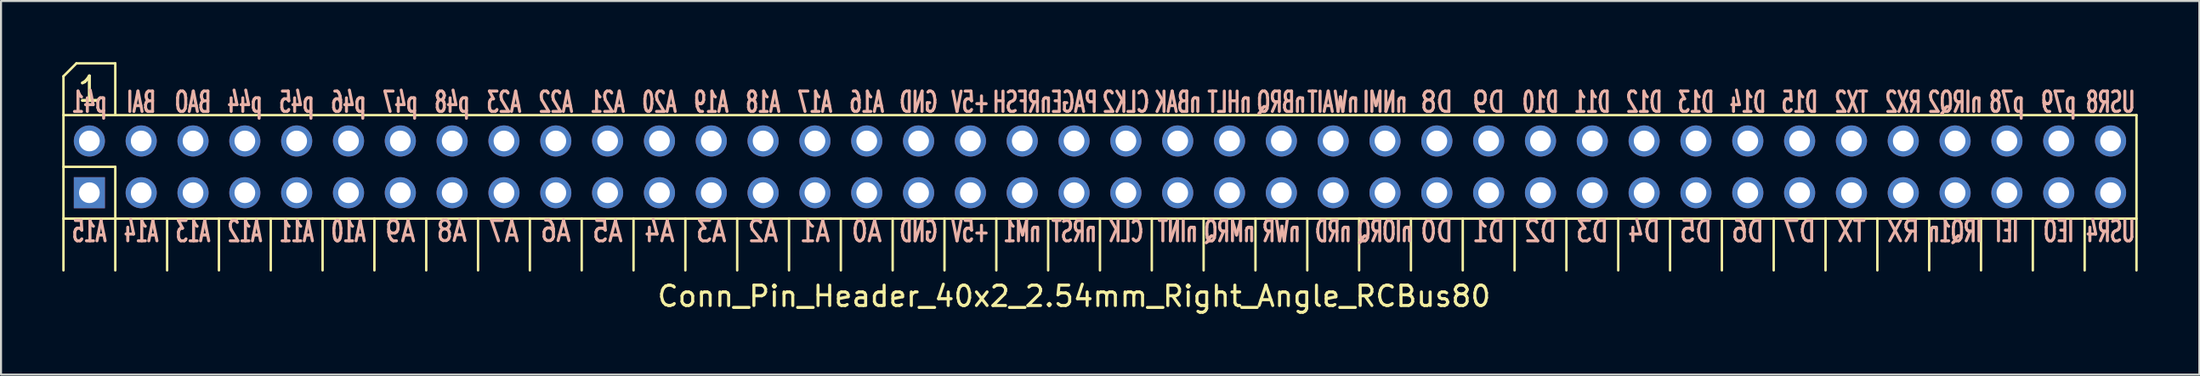
<source format=kicad_pcb>
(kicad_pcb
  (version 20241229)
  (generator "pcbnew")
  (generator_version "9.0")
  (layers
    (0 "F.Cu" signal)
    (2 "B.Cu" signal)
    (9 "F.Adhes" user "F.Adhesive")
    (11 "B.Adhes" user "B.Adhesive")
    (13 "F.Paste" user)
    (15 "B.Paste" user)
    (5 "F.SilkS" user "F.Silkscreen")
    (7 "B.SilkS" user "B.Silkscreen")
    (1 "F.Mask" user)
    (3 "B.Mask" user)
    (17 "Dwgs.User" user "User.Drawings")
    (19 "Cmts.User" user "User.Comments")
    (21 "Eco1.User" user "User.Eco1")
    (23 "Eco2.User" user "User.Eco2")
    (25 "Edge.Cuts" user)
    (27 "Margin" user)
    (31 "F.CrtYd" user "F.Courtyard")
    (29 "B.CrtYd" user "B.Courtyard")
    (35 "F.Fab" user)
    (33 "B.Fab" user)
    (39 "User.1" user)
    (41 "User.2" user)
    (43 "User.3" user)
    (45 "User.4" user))
  (footprint "Conn_Pin_Header_40x2_2.54mm_Right_Angle_RCBus80"
    (layer "F.Cu")
    (at 49.59 6.41)
    (property "Reference" "Conn_Pin_Header_40x2_2.54mm_Right_Angle_RCBus80" (at 0 5.08 0) (layer "F.SilkS") (effects (font (size 1 1) (thickness 0.15))))
    (attr through_hole)
    (fp_line (start -49.53 -5.715) (end -49.53 3.81) (stroke (width 0.12) (type solid)) (layer "F.SilkS"))
    (fp_line (start -49.53 -5.715) (end -48.895 -6.35) (stroke (width 0.12) (type solid)) (layer "F.SilkS"))
    (fp_line (start -49.53 1.27) (end 52.07 1.27) (stroke (width 0.12) (type solid)) (layer "F.SilkS"))
    (fp_line (start -48.895 -6.35) (end -46.99 -6.35) (stroke (width 0.12) (type solid)) (layer "F.SilkS"))
    (fp_line (start -46.99 -6.35) (end -46.99 -3.81) (stroke (width 0.12) (type solid)) (layer "F.SilkS"))
    (fp_line (start -46.99 -1.27) (end -49.53 -1.27) (stroke (width 0.12) (type solid)) (layer "F.SilkS"))
    (fp_line (start -46.99 -1.27) (end -46.99 3.81) (stroke (width 0.12) (type solid)) (layer "F.SilkS"))
    (fp_line (start -44.45 1.27) (end -44.45 3.81) (stroke (width 0.12) (type solid)) (layer "F.SilkS"))
    (fp_line (start -41.91 1.27) (end -41.91 3.81) (stroke (width 0.12) (type solid)) (layer "F.SilkS"))
    (fp_line (start -39.37 1.27) (end -39.37 3.81) (stroke (width 0.12) (type solid)) (layer "F.SilkS"))
    (fp_line (start -36.83 1.27) (end -36.83 3.81) (stroke (width 0.12) (type solid)) (layer "F.SilkS"))
    (fp_line (start -34.29 1.27) (end -34.29 3.81) (stroke (width 0.12) (type solid)) (layer "F.SilkS"))
    (fp_line (start -31.75 1.27) (end -31.75 3.81) (stroke (width 0.12) (type solid)) (layer "F.SilkS"))
    (fp_line (start -29.21 1.27) (end -29.21 3.81) (stroke (width 0.12) (type solid)) (layer "F.SilkS"))
    (fp_line (start -26.67 1.27) (end -26.67 3.81) (stroke (width 0.12) (type solid)) (layer "F.SilkS"))
    (fp_line (start -24.13 1.27) (end -24.13 3.81) (stroke (width 0.12) (type solid)) (layer "F.SilkS"))
    (fp_line (start -21.59 1.27) (end -21.59 3.81) (stroke (width 0.12) (type solid)) (layer "F.SilkS"))
    (fp_line (start -19.05 1.27) (end -19.05 3.81) (stroke (width 0.12) (type solid)) (layer "F.SilkS"))
    (fp_line (start -16.51 1.27) (end -16.51 3.81) (stroke (width 0.12) (type solid)) (layer "F.SilkS"))
    (fp_line (start -13.97 1.27) (end -13.97 3.81) (stroke (width 0.12) (type solid)) (layer "F.SilkS"))
    (fp_line (start -11.43 1.27) (end -11.43 3.81) (stroke (width 0.12) (type solid)) (layer "F.SilkS"))
    (fp_line (start -8.89 1.27) (end -8.89 3.81) (stroke (width 0.12) (type solid)) (layer "F.SilkS"))
    (fp_line (start -6.35 1.27) (end -6.35 3.81) (stroke (width 0.12) (type solid)) (layer "F.SilkS"))
    (fp_line (start -3.81 1.27) (end -3.81 3.81) (stroke (width 0.12) (type solid)) (layer "F.SilkS"))
    (fp_line (start -1.27 1.27) (end -1.27 3.81) (stroke (width 0.12) (type solid)) (layer "F.SilkS"))
    (fp_line (start 1.27 1.27) (end 1.27 3.81) (stroke (width 0.12) (type solid)) (layer "F.SilkS"))
    (fp_line (start 3.81 1.27) (end 3.81 3.81) (stroke (width 0.12) (type solid)) (layer "F.SilkS"))
    (fp_line (start 6.35 1.27) (end 6.35 3.81) (stroke (width 0.12) (type solid)) (layer "F.SilkS"))
    (fp_line (start 8.89 1.27) (end 8.89 3.81) (stroke (width 0.12) (type solid)) (layer "F.SilkS"))
    (fp_line (start 11.43 1.27) (end 11.43 3.81) (stroke (width 0.12) (type solid)) (layer "F.SilkS"))
    (fp_line (start 13.97 1.27) (end 13.97 3.81) (stroke (width 0.12) (type solid)) (layer "F.SilkS"))
    (fp_line (start 16.51 1.27) (end 16.51 3.81) (stroke (width 0.12) (type solid)) (layer "F.SilkS"))
    (fp_line (start 19.05 1.27) (end 19.05 3.81) (stroke (width 0.12) (type solid)) (layer "F.SilkS"))
    (fp_line (start 21.59 1.27) (end 21.59 3.81) (stroke (width 0.12) (type solid)) (layer "F.SilkS"))
    (fp_line (start 24.13 1.27) (end 24.13 3.81) (stroke (width 0.12) (type solid)) (layer "F.SilkS"))
    (fp_line (start 26.67 1.27) (end 26.67 3.81) (stroke (width 0.12) (type solid)) (layer "F.SilkS"))
    (fp_line (start 29.21 1.27) (end 29.21 3.81) (stroke (width 0.12) (type solid)) (layer "F.SilkS"))
    (fp_line (start 31.75 1.27) (end 31.75 3.81) (stroke (width 0.12) (type solid)) (layer "F.SilkS"))
    (fp_line (start 34.29 1.27) (end 34.29 3.81) (stroke (width 0.12) (type solid)) (layer "F.SilkS"))
    (fp_line (start 36.83 1.27) (end 36.83 3.81) (stroke (width 0.12) (type solid)) (layer "F.SilkS"))
    (fp_line (start 39.37 1.27) (end 39.37 3.81) (stroke (width 0.12) (type solid)) (layer "F.SilkS"))
    (fp_line (start 41.91 1.27) (end 41.91 3.81) (stroke (width 0.12) (type solid)) (layer "F.SilkS"))
    (fp_line (start 44.45 1.27) (end 44.45 3.81) (stroke (width 0.12) (type solid)) (layer "F.SilkS"))
    (fp_line (start 46.99 1.27) (end 46.99 3.81) (stroke (width 0.12) (type solid)) (layer "F.SilkS"))
    (fp_line (start 49.53 1.27) (end 49.53 3.81) (stroke (width 0.12) (type solid)) (layer "F.SilkS"))
    (fp_line (start 52.07 -3.81) (end -49.53 -3.81) (stroke (width 0.12) (type solid)) (layer "F.SilkS"))
    (fp_line (start 52.07 -3.81) (end 52.07 3.81) (stroke (width 0.12) (type solid)) (layer "F.SilkS"))
    (fp_text user "1" (at -48.26 -5.08 0) (unlocked yes) (layer "F.SilkS") (effects (font (size 1.2 1.2) (thickness 0.15))))
    (fp_text user "IEI" (at 45.72 1.905 0) (unlocked yes) (layer "B.SilkS") (effects (font (size 1 0.6) (thickness 0.15)) (justify mirror)))
    (fp_text user "p48" (at -30.48 -4.445 0) (unlocked yes) (layer "B.SilkS") (effects (font (size 1 0.6) (thickness 0.15)) (justify mirror)))
    (fp_text user "A2" (at -15.24 1.905 0) (unlocked yes) (layer "B.SilkS") (effects (font (size 1 0.8) (thickness 0.15)) (justify mirror)))
    (fp_text user "A3" (at -17.78 1.905 0) (unlocked yes) (layer "B.SilkS") (effects (font (size 1 0.8) (thickness 0.15)) (justify mirror)))
    (fp_text user "D5" (at 30.48 1.905 0) (unlocked yes) (layer "B.SilkS") (effects (font (size 1 0.8) (thickness 0.15)) (justify mirror)))
    (fp_text user "A1" (at -12.7 1.905 0) (unlocked yes) (layer "B.SilkS") (effects (font (size 1 0.8) (thickness 0.15)) (justify mirror)))
    (fp_text user "TX" (at 38.1 1.905 0) (unlocked yes) (layer "B.SilkS") (effects (font (size 1 0.8) (thickness 0.15)) (justify mirror)))
    (fp_text user "USR4" (at 50.8 1.905 0) (unlocked yes) (layer "B.SilkS") (effects (font (size 1 0.6) (thickness 0.15)) (justify mirror)))
    (fp_text user "p79" (at 48.26 -4.445 0) (unlocked yes) (layer "B.SilkS") (effects (font (size 1 0.6) (thickness 0.15)) (justify mirror)))
    (fp_text user "A16" (at -10.16 -4.445 0) (unlocked yes) (layer "B.SilkS") (effects (font (size 1 0.6) (thickness 0.15)) (justify mirror)))
    (fp_text user "PAGE" (at 0 -4.445 0) (unlocked yes) (layer "B.SilkS") (effects (font (size 1 0.6) (thickness 0.15)) (justify mirror)))
    (fp_text user "A7" (at -27.94 1.905 0) (unlocked yes) (layer "B.SilkS") (effects (font (size 1 0.8) (thickness 0.15)) (justify mirror)))
    (fp_text user "D10" (at 22.86 -4.445 0) (unlocked yes) (layer "B.SilkS") (effects (font (size 1 0.6) (thickness 0.15)) (justify mirror)))
    (fp_text user "D2" (at 22.86 1.905 0) (unlocked yes) (layer "B.SilkS") (effects (font (size 1 0.8) (thickness 0.15)) (justify mirror)))
    (fp_text user "D8" (at 17.78 -4.445 0) (unlocked yes) (layer "B.SilkS") (effects (font (size 1 0.8) (thickness 0.15)) (justify mirror)))
    (fp_text user "A0" (at -10.16 1.905 0) (unlocked yes) (layer "B.SilkS") (effects (font (size 1 0.8) (thickness 0.15)) (justify mirror)))
    (fp_text user "D4" (at 27.94 1.905 0) (unlocked yes) (layer "B.SilkS") (effects (font (size 1 0.8) (thickness 0.15)) (justify mirror)))
    (fp_text user "A10" (at -35.56 1.905 0) (unlocked yes) (layer "B.SilkS") (effects (font (size 1 0.6) (thickness 0.15)) (justify mirror)))
    (fp_text user "A8" (at -30.499 1.892 0) (unlocked yes) (layer "B.SilkS") (effects (font (size 1 0.8) (thickness 0.15)) (justify mirror)))
    (fp_text user "nINT" (at 5.08 1.905 0) (unlocked yes) (layer "B.SilkS") (effects (font (size 1 0.6) (thickness 0.15)) (justify mirror)))
    (fp_text user "RX" (at 40.64 1.905 0) (unlocked yes) (layer "B.SilkS") (effects (font (size 1 0.8) (thickness 0.15)) (justify mirror)))
    (fp_text user "A19" (at -17.78 -4.445 0) (unlocked yes) (layer "B.SilkS") (effects (font (size 1 0.6) (thickness 0.15)) (justify mirror)))
    (fp_text user "BAI" (at -45.72 -4.445 0) (unlocked yes) (layer "B.SilkS") (effects (font (size 1 0.6) (thickness 0.15)) (justify mirror)))
    (fp_text user "BAO" (at -43.18 -4.445 0) (unlocked yes) (layer "B.SilkS") (effects (font (size 1 0.6) (thickness 0.15)) (justify mirror)))
    (fp_text user "GND" (at -7.62 -4.445 0) (unlocked yes) (layer "B.SilkS") (effects (font (size 1 0.6) (thickness 0.15)) (justify mirror)))
    (fp_text user "D9" (at 20.32 -4.445 0) (unlocked yes) (layer "B.SilkS") (effects (font (size 1 0.8) (thickness 0.15)) (justify mirror)))
    (fp_text user "A6" (at -25.402 1.892 0) (unlocked yes) (layer "B.SilkS") (effects (font (size 1 0.8) (thickness 0.15)) (justify mirror)))
    (fp_text user "nM1" (at -2.54 1.905 0) (unlocked yes) (layer "B.SilkS") (effects (font (size 1 0.6) (thickness 0.15)) (justify mirror)))
    (fp_text user "D11" (at 25.4 -4.445 0) (unlocked yes) (layer "B.SilkS") (effects (font (size 1 0.6) (thickness 0.15)) (justify mirror)))
    (fp_text user "CLK2" (at 2.54 -4.445 0) (unlocked yes) (layer "B.SilkS") (effects (font (size 1 0.6) (thickness 0.15)) (justify mirror)))
    (fp_text user "D6" (at 33.02 1.905 0) (unlocked yes) (layer "B.SilkS") (effects (font (size 1 0.8) (thickness 0.15)) (justify mirror)))
    (fp_text user "IRQ1n" (at 43.18 1.905 0) (unlocked yes) (layer "B.SilkS") (effects (font (size 1 0.6) (thickness 0.15)) (justify mirror)))
    (fp_text user "nHLT" (at 7.62 -4.445 0) (unlocked yes) (layer "B.SilkS") (effects (font (size 1 0.6) (thickness 0.15)) (justify mirror)))
    (fp_text user "CLK" (at 2.54 1.905 0) (unlocked yes) (layer "B.SilkS") (effects (font (size 1 0.6) (thickness 0.15)) (justify mirror)))
    (fp_text user "GND" (at -7.62 1.905 0) (unlocked yes) (layer "B.SilkS") (effects (font (size 1 0.6) (thickness 0.15)) (justify mirror)))
    (fp_text user "D14" (at 33.02 -4.445 0) (unlocked yes) (layer "B.SilkS") (effects (font (size 1 0.6) (thickness 0.15)) (justify mirror)))
    (fp_text user "nBAK" (at 5.08 -4.445 0) (unlocked yes) (layer "B.SilkS") (effects (font (size 1 0.6) (thickness 0.15)) (justify mirror)))
    (fp_text user "A4" (at -20.32 1.905 0) (unlocked yes) (layer "B.SilkS") (effects (font (size 1 0.8) (thickness 0.15)) (justify mirror)))
    (fp_text user "p47" (at -33.02 -4.445 0) (unlocked yes) (layer "B.SilkS") (effects (font (size 1 0.6) (thickness 0.15)) (justify mirror)))
    (fp_text user "nWAIT" (at 12.7 -4.445 0) (unlocked yes) (layer "B.SilkS") (effects (font (size 1 0.6) (thickness 0.15)) (justify mirror)))
    (fp_text user "p41" (at -48.26 -4.445 0) (unlocked yes) (layer "B.SilkS") (effects (font (size 1 0.6) (thickness 0.15)) (justify mirror)))
    (fp_text user "A12" (at -40.64 1.905 0) (unlocked yes) (layer "B.SilkS") (effects (font (size 1 0.6) (thickness 0.15)) (justify mirror)))
    (fp_text user "p44" (at -40.64 -4.445 0) (unlocked yes) (layer "B.SilkS") (effects (font (size 1 0.6) (thickness 0.15)) (justify mirror)))
    (fp_text user "p45" (at -38.1 -4.445 0) (unlocked yes) (layer "B.SilkS") (effects (font (size 1 0.6) (thickness 0.15)) (justify mirror)))
    (fp_text user "nWR" (at 10.16 1.905 0) (unlocked yes) (layer "B.SilkS") (effects (font (size 1 0.6) (thickness 0.15)) (justify mirror)))
    (fp_text user "p46" (at -35.56 -4.445 0) (unlocked yes) (layer "B.SilkS") (effects (font (size 1 0.6) (thickness 0.15)) (justify mirror)))
    (fp_text user "nRFSH" (at -2.54 -4.445 0) (unlocked yes) (layer "B.SilkS") (effects (font (size 1 0.6) (thickness 0.15)) (justify mirror)))
    (fp_text user "A18" (at -15.24 -4.445 0) (unlocked yes) (layer "B.SilkS") (effects (font (size 1 0.6) (thickness 0.15)) (justify mirror)))
    (fp_text user "A20" (at -20.32 -4.445 0) (unlocked yes) (layer "B.SilkS") (effects (font (size 1 0.6) (thickness 0.15)) (justify mirror)))
    (fp_text user "+5V" (at -5.08 1.905 0) (unlocked yes) (layer "B.SilkS") (effects (font (size 1 0.6) (thickness 0.15)) (justify mirror)))
    (fp_text user "nNMI" (at 15.24 -4.445 0) (unlocked yes) (layer "B.SilkS") (effects (font (size 1 0.6) (thickness 0.15)) (justify mirror)))
    (fp_text user "A14" (at -45.72 1.905 0) (unlocked yes) (layer "B.SilkS") (effects (font (size 1 0.6) (thickness 0.15)) (justify mirror)))
    (fp_text user "A21" (at -22.86 -4.445 0) (unlocked yes) (layer "B.SilkS") (effects (font (size 1 0.6) (thickness 0.15)) (justify mirror)))
    (fp_text user "A9" (at -33.02 1.905 0) (unlocked yes) (layer "B.SilkS") (effects (font (size 1 0.8) (thickness 0.15)) (justify mirror)))
    (fp_text user "A17" (at -12.7 -4.445 0) (unlocked yes) (layer "B.SilkS") (effects (font (size 1 0.6) (thickness 0.15)) (justify mirror)))
    (fp_text user "D13" (at 30.48 -4.445 0) (unlocked yes) (layer "B.SilkS") (effects (font (size 1 0.6) (thickness 0.15)) (justify mirror)))
    (fp_text user "D3" (at 25.4 1.905 0) (unlocked yes) (layer "B.SilkS") (effects (font (size 1 0.8) (thickness 0.15)) (justify mirror)))
    (fp_text user "A22" (at -25.4 -4.445 0) (unlocked yes) (layer "B.SilkS") (effects (font (size 1 0.6) (thickness 0.15)) (justify mirror)))
    (fp_text user "nRD" (at 12.7 1.905 0) (unlocked yes) (layer "B.SilkS") (effects (font (size 1 0.6) (thickness 0.15)) (justify mirror)))
    (fp_text user "IEO" (at 48.26 1.905 0) (unlocked yes) (layer "B.SilkS") (effects (font (size 1 0.6) (thickness 0.15)) (justify mirror)))
    (fp_text user "A23" (at -27.94 -4.445 0) (unlocked yes) (layer "B.SilkS") (effects (font (size 1 0.6) (thickness 0.15)) (justify mirror)))
    (fp_text user "D15" (at 35.56 -4.445 0) (unlocked yes) (layer "B.SilkS") (effects (font (size 1 0.6) (thickness 0.15)) (justify mirror)))
    (fp_text user "nBRQ" (at 10.16 -4.445 0) (unlocked yes) (layer "B.SilkS") (effects (font (size 1 0.6) (thickness 0.15)) (justify mirror)))
    (fp_text user "nMRQ" (at 7.62 1.905 0) (unlocked yes) (layer "B.SilkS") (effects (font (size 1 0.6) (thickness 0.15)) (justify mirror)))
    (fp_text user "+5V" (at -5.08 -4.445 0) (unlocked yes) (layer "B.SilkS") (effects (font (size 1 0.6) (thickness 0.15)) (justify mirror)))
    (fp_text user "A11" (at -38.1 1.905 0) (unlocked yes) (layer "B.SilkS") (effects (font (size 1 0.6) (thickness 0.15)) (justify mirror)))
    (fp_text user "p78" (at 45.72 -4.445 0) (unlocked yes) (layer "B.SilkS") (effects (font (size 1 0.6) (thickness 0.15)) (justify mirror)))
    (fp_text user "D7" (at 35.56 1.905 0) (unlocked yes) (layer "B.SilkS") (effects (font (size 1 0.8) (thickness 0.15)) (justify mirror)))
    (fp_text user "nRST" (at 0 1.905 0) (unlocked yes) (layer "B.SilkS") (effects (font (size 1 0.6) (thickness 0.15)) (justify mirror)))
    (fp_text user "nIORQ" (at 15.24 1.905 0) (unlocked yes) (layer "B.SilkS") (effects (font (size 1 0.6) (thickness 0.15)) (justify mirror)))
    (fp_text user "nIRQ2" (at 43.18 -4.445 0) (unlocked yes) (layer "B.SilkS") (effects (font (size 1 0.6) (thickness 0.15)) (justify mirror)))
    (fp_text user "USR8" (at 50.8 -4.445 0) (unlocked yes) (layer "B.SilkS") (effects (font (size 1 0.6) (thickness 0.15)) (justify mirror)))
    (fp_text user "D0" (at 17.78 1.905 0) (unlocked yes) (layer "B.SilkS") (effects (font (size 1 0.8) (thickness 0.15)) (justify mirror)))
    (fp_text user "RX2" (at 40.64 -4.445 0) (unlocked yes) (layer "B.SilkS") (effects (font (size 1 0.6) (thickness 0.15)) (justify mirror)))
    (fp_text user "D12" (at 27.94 -4.445 0) (unlocked yes) (layer "B.SilkS") (effects (font (size 1 0.6) (thickness 0.15)) (justify mirror)))
    (fp_text user "A13" (at -43.18 1.905 0) (unlocked yes) (layer "B.SilkS") (effects (font (size 1 0.6) (thickness 0.15)) (justify mirror)))
    (fp_text user "A5" (at -22.86 1.905 0) (unlocked yes) (layer "B.SilkS") (effects (font (size 1 0.8) (thickness 0.15)) (justify mirror)))
    (fp_text user "A15" (at -48.26 1.905 0) (unlocked yes) (layer "B.SilkS") (effects (font (size 1 0.6) (thickness 0.15)) (justify mirror)))
    (fp_text user "TX2" (at 38.1 -4.445 0) (unlocked yes) (layer "B.SilkS") (effects (font (size 1 0.6) (thickness 0.15)) (justify mirror)))
    (fp_text user "D1" (at 20.32 1.905 0) (unlocked yes) (layer "B.SilkS") (effects (font (size 1 0.8) (thickness 0.15)) (justify mirror)))
    (pad "1" thru_hole rect (at -48.26 0) (size 1.524 1.524) (drill 1.016) (layers "*.Cu" "*.Mask"))
    (pad "2" thru_hole circle (at -45.72 0) (size 1.524 1.524) (drill 1.016) (layers "*.Cu" "*.Mask"))
    (pad "3" thru_hole circle (at -43.18 0) (size 1.524 1.524) (drill 1.016) (layers "*.Cu" "*.Mask"))
    (pad "4" thru_hole circle (at -40.64 0) (size 1.524 1.524) (drill 1.016) (layers "*.Cu" "*.Mask"))
    (pad "5" thru_hole circle (at -38.1 0) (size 1.524 1.524) (drill 1.016) (layers "*.Cu" "*.Mask"))
    (pad "6" thru_hole circle (at -35.56 0) (size 1.524 1.524) (drill 1.016) (layers "*.Cu" "*.Mask"))
    (pad "7" thru_hole circle (at -33.02 0) (size 1.524 1.524) (drill 1.016) (layers "*.Cu" "*.Mask"))
    (pad "8" thru_hole circle (at -30.48 0) (size 1.524 1.524) (drill 1.016) (layers "*.Cu" "*.Mask"))
    (pad "9" thru_hole circle (at -27.94 0) (size 1.524 1.524) (drill 1.016) (layers "*.Cu" "*.Mask"))
    (pad "10" thru_hole circle (at -25.4 0) (size 1.524 1.524) (drill 1.016) (layers "*.Cu" "*.Mask"))
    (pad "11" thru_hole circle (at -22.86 0) (size 1.524 1.524) (drill 1.016) (layers "*.Cu" "*.Mask"))
    (pad "12" thru_hole circle (at -20.32 0) (size 1.524 1.524) (drill 1.016) (layers "*.Cu" "*.Mask"))
    (pad "13" thru_hole circle (at -17.78 0) (size 1.524 1.524) (drill 1.016) (layers "*.Cu" "*.Mask"))
    (pad "14" thru_hole circle (at -15.24 0) (size 1.524 1.524) (drill 1.016) (layers "*.Cu" "*.Mask"))
    (pad "15" thru_hole circle (at -12.7 0) (size 1.524 1.524) (drill 1.016) (layers "*.Cu" "*.Mask"))
    (pad "16" thru_hole circle (at -10.16 0) (size 1.524 1.524) (drill 1.016) (layers "*.Cu" "*.Mask"))
    (pad "17" thru_hole circle (at -7.62 0) (size 1.524 1.524) (drill 1.016) (layers "*.Cu" "*.Mask"))
    (pad "18" thru_hole circle (at -5.08 0) (size 1.524 1.524) (drill 1.016) (layers "*.Cu" "*.Mask"))
    (pad "19" thru_hole circle (at -2.54 0) (size 1.524 1.524) (drill 1.016) (layers "*.Cu" "*.Mask"))
    (pad "20" thru_hole circle (at 0 0) (size 1.524 1.524) (drill 1.016) (layers "*.Cu" "*.Mask"))
    (pad "21" thru_hole circle (at 2.54 0) (size 1.524 1.524) (drill 1.016) (layers "*.Cu" "*.Mask"))
    (pad "22" thru_hole circle (at 5.08 0) (size 1.524 1.524) (drill 1.016) (layers "*.Cu" "*.Mask"))
    (pad "23" thru_hole circle (at 7.62 0) (size 1.524 1.524) (drill 1.016) (layers "*.Cu" "*.Mask"))
    (pad "24" thru_hole circle (at 10.16 0) (size 1.524 1.524) (drill 1.016) (layers "*.Cu" "*.Mask"))
    (pad "25" thru_hole circle (at 12.7 0) (size 1.524 1.524) (drill 1.016) (layers "*.Cu" "*.Mask"))
    (pad "26" thru_hole circle (at 15.24 0) (size 1.524 1.524) (drill 1.016) (layers "*.Cu" "*.Mask"))
    (pad "27" thru_hole circle (at 17.78 0) (size 1.524 1.524) (drill 1.016) (layers "*.Cu" "*.Mask"))
    (pad "28" thru_hole circle (at 20.32 0) (size 1.524 1.524) (drill 1.016) (layers "*.Cu" "*.Mask"))
    (pad "29" thru_hole circle (at 22.86 0) (size 1.524 1.524) (drill 1.016) (layers "*.Cu" "*.Mask"))
    (pad "30" thru_hole circle (at 25.4 0) (size 1.524 1.524) (drill 1.016) (layers "*.Cu" "*.Mask"))
    (pad "31" thru_hole circle (at 27.94 0) (size 1.524 1.524) (drill 1.016) (layers "*.Cu" "*.Mask"))
    (pad "32" thru_hole circle (at 30.48 0) (size 1.524 1.524) (drill 1.016) (layers "*.Cu" "*.Mask"))
    (pad "33" thru_hole circle (at 33.02 0) (size 1.524 1.524) (drill 1.016) (layers "*.Cu" "*.Mask"))
    (pad "34" thru_hole circle (at 35.56 0) (size 1.524 1.524) (drill 1.016) (layers "*.Cu" "*.Mask"))
    (pad "35" thru_hole circle (at 38.1 0) (size 1.524 1.524) (drill 1.016) (layers "*.Cu" "*.Mask"))
    (pad "36" thru_hole circle (at 40.64 0) (size 1.524 1.524) (drill 1.016) (layers "*.Cu" "*.Mask"))
    (pad "37" thru_hole circle (at 43.18 0) (size 1.524 1.524) (drill 1.016) (layers "*.Cu" "*.Mask"))
    (pad "38" thru_hole circle (at 45.72 0) (size 1.524 1.524) (drill 1.016) (layers "*.Cu" "*.Mask"))
    (pad "39" thru_hole circle (at 48.26 0) (size 1.524 1.524) (drill 1.016) (layers "*.Cu" "*.Mask"))
    (pad "40" thru_hole circle (at 50.8 0) (size 1.524 1.524) (drill 1.016) (layers "*.Cu" "*.Mask"))
    (pad "41" thru_hole circle (at -48.26 -2.54) (size 1.524 1.524) (drill 1.016) (layers "*.Cu" "*.Mask"))
    (pad "42" thru_hole circle (at -45.72 -2.54) (size 1.524 1.524) (drill 1.016) (layers "*.Cu" "*.Mask"))
    (pad "43" thru_hole circle (at -43.18 -2.54) (size 1.524 1.524) (drill 1.016) (layers "*.Cu" "*.Mask"))
    (pad "44" thru_hole circle (at -40.64 -2.54) (size 1.524 1.524) (drill 1.016) (layers "*.Cu" "*.Mask"))
    (pad "45" thru_hole circle (at -38.1 -2.54) (size 1.524 1.524) (drill 1.016) (layers "*.Cu" "*.Mask"))
    (pad "46" thru_hole circle (at -35.56 -2.54) (size 1.524 1.524) (drill 1.016) (layers "*.Cu" "*.Mask"))
    (pad "47" thru_hole circle (at -33.02 -2.54) (size 1.524 1.524) (drill 1.016) (layers "*.Cu" "*.Mask"))
    (pad "48" thru_hole circle (at -30.48 -2.54) (size 1.524 1.524) (drill 1.016) (layers "*.Cu" "*.Mask"))
    (pad "49" thru_hole circle (at -27.94 -2.54) (size 1.524 1.524) (drill 1.016) (layers "*.Cu" "*.Mask"))
    (pad "50" thru_hole circle (at -25.4 -2.54) (size 1.524 1.524) (drill 1.016) (layers "*.Cu" "*.Mask"))
    (pad "51" thru_hole circle (at -22.86 -2.54) (size 1.524 1.524) (drill 1.016) (layers "*.Cu" "*.Mask"))
    (pad "52" thru_hole circle (at -20.32 -2.54) (size 1.524 1.524) (drill 1.016) (layers "*.Cu" "*.Mask"))
    (pad "53" thru_hole circle (at -17.78 -2.54) (size 1.524 1.524) (drill 1.016) (layers "*.Cu" "*.Mask"))
    (pad "54" thru_hole circle (at -15.24 -2.54) (size 1.524 1.524) (drill 1.016) (layers "*.Cu" "*.Mask"))
    (pad "55" thru_hole circle (at -12.7 -2.54) (size 1.524 1.524) (drill 1.016) (layers "*.Cu" "*.Mask"))
    (pad "56" thru_hole circle (at -10.16 -2.54) (size 1.524 1.524) (drill 1.016) (layers "*.Cu" "*.Mask"))
    (pad "57" thru_hole circle (at -7.62 -2.54) (size 1.524 1.524) (drill 1.016) (layers "*.Cu" "*.Mask"))
    (pad "58" thru_hole circle (at -5.08 -2.54) (size 1.524 1.524) (drill 1.016) (layers "*.Cu" "*.Mask"))
    (pad "59" thru_hole circle (at -2.54 -2.54) (size 1.524 1.524) (drill 1.016) (layers "*.Cu" "*.Mask"))
    (pad "60" thru_hole circle (at 0 -2.54) (size 1.524 1.524) (drill 1.016) (layers "*.Cu" "*.Mask"))
    (pad "61" thru_hole circle (at 2.54 -2.54) (size 1.524 1.524) (drill 1.016) (layers "*.Cu" "*.Mask"))
    (pad "62" thru_hole circle (at 5.08 -2.54) (size 1.524 1.524) (drill 1.016) (layers "*.Cu" "*.Mask"))
    (pad "63" thru_hole circle (at 7.62 -2.54) (size 1.524 1.524) (drill 1.016) (layers "*.Cu" "*.Mask"))
    (pad "64" thru_hole circle (at 10.16 -2.54) (size 1.524 1.524) (drill 1.016) (layers "*.Cu" "*.Mask"))
    (pad "65" thru_hole circle (at 12.7 -2.54) (size 1.524 1.524) (drill 1.016) (layers "*.Cu" "*.Mask"))
    (pad "66" thru_hole circle (at 15.24 -2.54) (size 1.524 1.524) (drill 1.016) (layers "*.Cu" "*.Mask"))
    (pad "67" thru_hole circle (at 17.78 -2.54) (size 1.524 1.524) (drill 1.016) (layers "*.Cu" "*.Mask"))
    (pad "68" thru_hole circle (at 20.32 -2.54) (size 1.524 1.524) (drill 1.016) (layers "*.Cu" "*.Mask"))
    (pad "69" thru_hole circle (at 22.86 -2.54) (size 1.524 1.524) (drill 1.016) (layers "*.Cu" "*.Mask"))
    (pad "70" thru_hole circle (at 25.4 -2.54) (size 1.524 1.524) (drill 1.016) (layers "*.Cu" "*.Mask"))
    (pad "71" thru_hole circle (at 27.94 -2.54) (size 1.524 1.524) (drill 1.016) (layers "*.Cu" "*.Mask"))
    (pad "72" thru_hole circle (at 30.48 -2.54) (size 1.524 1.524) (drill 1.016) (layers "*.Cu" "*.Mask"))
    (pad "73" thru_hole circle (at 33.02 -2.54) (size 1.524 1.524) (drill 1.016) (layers "*.Cu" "*.Mask"))
    (pad "74" thru_hole circle (at 35.56 -2.54) (size 1.524 1.524) (drill 1.016) (layers "*.Cu" "*.Mask"))
    (pad "75" thru_hole circle (at 38.1 -2.54) (size 1.524 1.524) (drill 1.016) (layers "*.Cu" "*.Mask"))
    (pad "76" thru_hole circle (at 40.64 -2.54) (size 1.524 1.524) (drill 1.016) (layers "*.Cu" "*.Mask"))
    (pad "77" thru_hole circle (at 43.18 -2.54) (size 1.524 1.524) (drill 1.016) (layers "*.Cu" "*.Mask"))
    (pad "78" thru_hole circle (at 45.72 -2.54) (size 1.524 1.524) (drill 1.016) (layers "*.Cu" "*.Mask"))
    (pad "79" thru_hole circle (at 48.26 -2.54) (size 1.524 1.524) (drill 1.016) (layers "*.Cu" "*.Mask"))
    (pad "80" thru_hole circle (at 50.8 -2.54) (size 1.524 1.524) (drill 1.016) (layers "*.Cu" "*.Mask")))
  (gr_rect
    (start -3 -3)
    (end 104.741 15.338)
    (stroke (width 0.1) (type default))
    (fill no)
    (layer "Edge.Cuts")))
</source>
